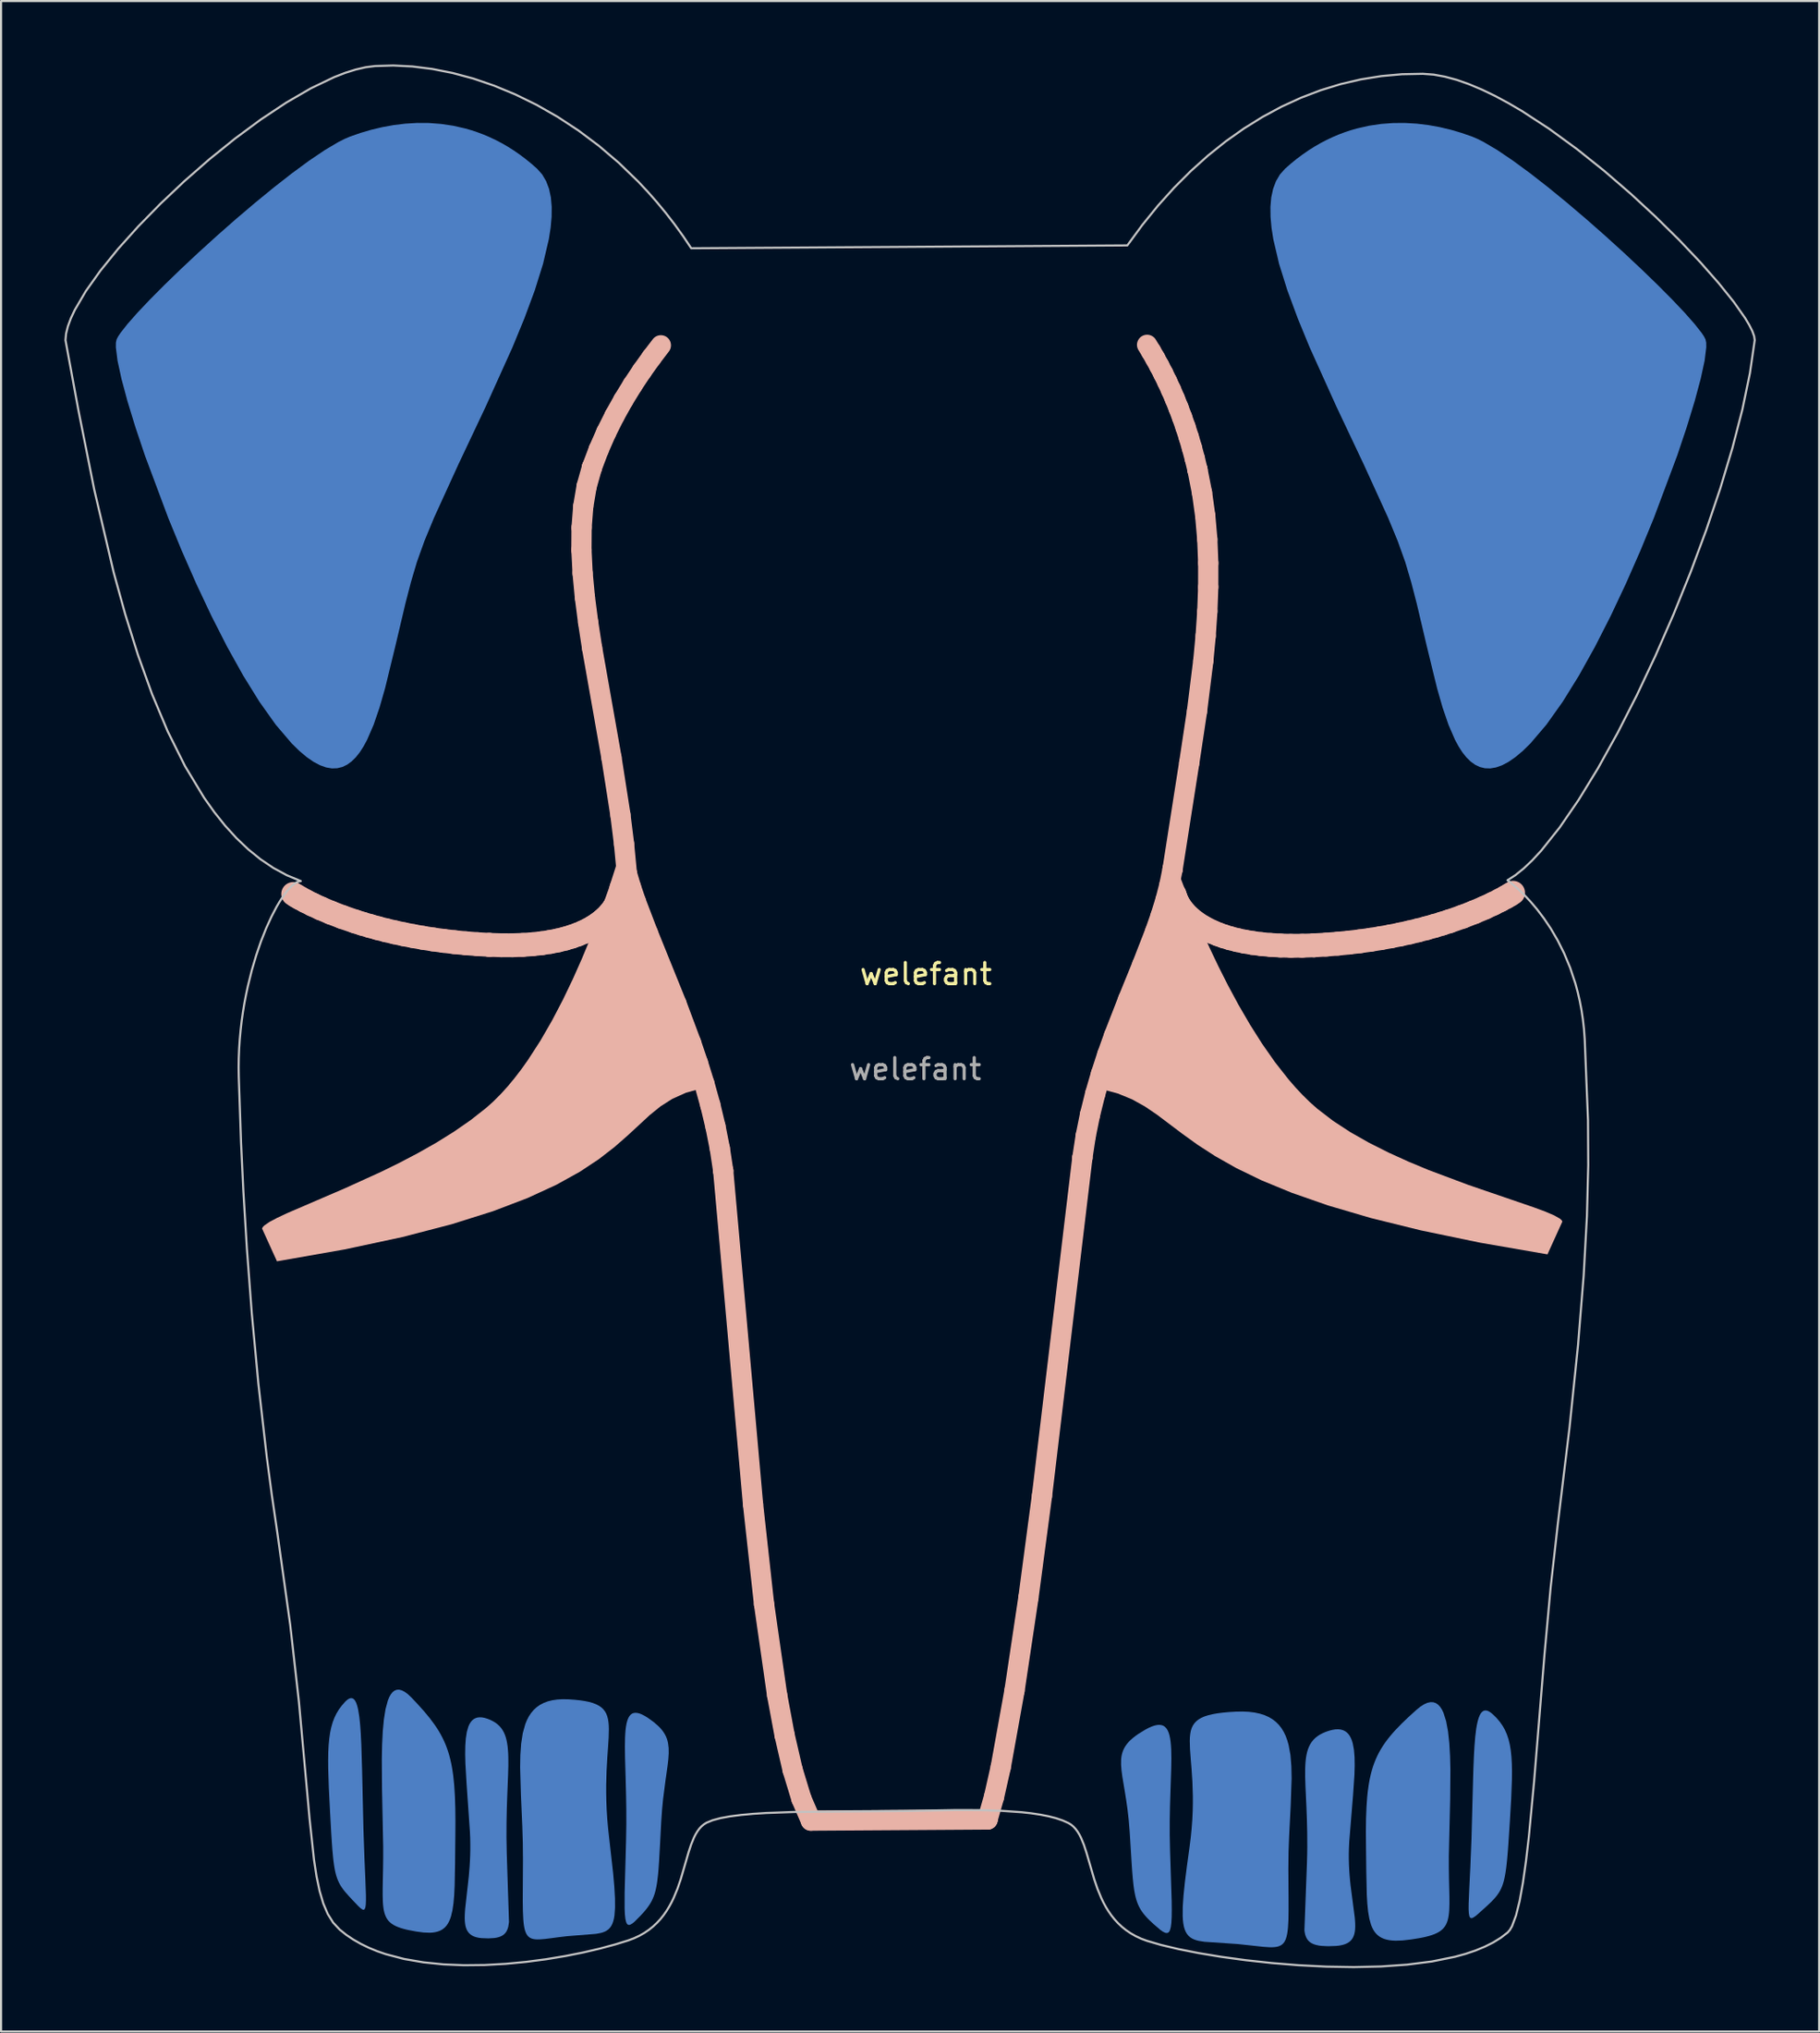
<source format=kicad_pcb>
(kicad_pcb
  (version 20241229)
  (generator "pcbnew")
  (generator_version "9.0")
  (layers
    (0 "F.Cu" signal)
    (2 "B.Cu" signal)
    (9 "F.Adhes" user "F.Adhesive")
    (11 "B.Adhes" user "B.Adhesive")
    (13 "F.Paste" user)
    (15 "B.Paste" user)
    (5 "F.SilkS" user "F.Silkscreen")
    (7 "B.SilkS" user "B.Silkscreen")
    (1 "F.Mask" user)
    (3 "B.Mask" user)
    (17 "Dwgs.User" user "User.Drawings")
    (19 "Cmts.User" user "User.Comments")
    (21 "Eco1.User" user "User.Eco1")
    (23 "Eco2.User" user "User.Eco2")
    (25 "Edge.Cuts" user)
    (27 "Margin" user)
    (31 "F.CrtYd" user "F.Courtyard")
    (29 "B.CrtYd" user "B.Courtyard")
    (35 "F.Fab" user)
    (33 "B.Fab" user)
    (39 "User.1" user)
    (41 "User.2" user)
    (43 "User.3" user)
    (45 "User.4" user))
  (footprint "welefant"
    (layer "F.Cu")
    (at 40.046 45.053)
    (property "Reference" "welefant" (at 0.75 -2 0) (unlocked yes) (layer "F.SilkS") (effects (font (size 1 1) (thickness 0.15))))
    (attr smd)
    (fp_line (start -29.212 -5.788) (end -29.066 -5.697) (stroke (width 1.129) (type solid)) (layer "B.SilkS"))
    (fp_line (start -29.066 -5.697) (end -28.884 -5.592) (stroke (width 1.129) (type solid)) (layer "B.SilkS"))
    (fp_line (start -28.884 -5.592) (end -28.629 -5.454) (stroke (width 1.129) (type solid)) (layer "B.SilkS"))
    (fp_line (start -28.629 -5.454) (end -28.302 -5.29) (stroke (width 1.129) (type solid)) (layer "B.SilkS"))
    (fp_line (start -28.302 -5.29) (end -27.901 -5.105) (stroke (width 1.129) (type solid)) (layer "B.SilkS"))
    (fp_line (start -27.901 -5.105) (end -27.429 -4.905) (stroke (width 1.129) (type solid)) (layer "B.SilkS"))
    (fp_line (start -27.429 -4.905) (end -26.884 -4.696) (stroke (width 1.129) (type solid)) (layer "B.SilkS"))
    (fp_line (start -26.884 -4.696) (end -26.266 -4.484) (stroke (width 1.129) (type solid)) (layer "B.SilkS"))
    (fp_line (start -26.266 -4.484) (end -25.93 -4.378) (stroke (width 1.129) (type solid)) (layer "B.SilkS"))
    (fp_line (start -25.93 -4.378) (end -25.576 -4.274) (stroke (width 1.129) (type solid)) (layer "B.SilkS"))
    (fp_line (start -25.576 -4.274) (end -25.204 -4.171) (stroke (width 1.129) (type solid)) (layer "B.SilkS"))
    (fp_line (start -25.204 -4.171) (end -24.814 -4.071) (stroke (width 1.129) (type solid)) (layer "B.SilkS"))
    (fp_line (start -24.814 -4.071) (end -24.406 -3.975) (stroke (width 1.129) (type solid)) (layer "B.SilkS"))
    (fp_line (start -24.406 -3.975) (end -23.98 -3.883) (stroke (width 1.129) (type solid)) (layer "B.SilkS"))
    (fp_line (start -23.98 -3.883) (end -23.535 -3.796) (stroke (width 1.129) (type solid)) (layer "B.SilkS"))
    (fp_line (start -23.535 -3.796) (end -23.073 -3.714) (stroke (width 1.129) (type solid)) (layer "B.SilkS"))
    (fp_line (start -23.073 -3.714) (end -22.593 -3.638) (stroke (width 1.129) (type solid)) (layer "B.SilkS"))
    (fp_line (start -22.593 -3.638) (end -22.095 -3.57) (stroke (width 1.129) (type solid)) (layer "B.SilkS"))
    (fp_line (start -22.095 -3.57) (end -21.579 -3.509) (stroke (width 1.129) (type solid)) (layer "B.SilkS"))
    (fp_line (start -21.579 -3.509) (end -21.044 -3.457) (stroke (width 1.129) (type solid)) (layer "B.SilkS"))
    (fp_line (start -21.044 -3.457) (end -20.492 -3.414) (stroke (width 1.129) (type solid)) (layer "B.SilkS"))
    (fp_line (start -20.492 -3.414) (end -19.922 -3.381) (stroke (width 1.129) (type solid)) (layer "B.SilkS"))
    (fp_line (start -19.922 -3.381) (end -19.922 -3.381) (stroke (width 1.129) (type solid)) (layer "B.SilkS"))
    (fp_line (start -19.922 -3.381) (end -19.361 -3.363) (stroke (width 1.129) (type solid)) (layer "B.SilkS"))
    (fp_line (start -19.361 -3.363) (end -18.834 -3.362) (stroke (width 1.129) (type solid)) (layer "B.SilkS"))
    (fp_line (start -18.834 -3.362) (end -18.341 -3.379) (stroke (width 1.129) (type solid)) (layer "B.SilkS"))
    (fp_line (start -18.341 -3.379) (end -17.88 -3.411) (stroke (width 1.129) (type solid)) (layer "B.SilkS"))
    (fp_line (start -17.88 -3.411) (end -17.45 -3.458) (stroke (width 1.129) (type solid)) (layer "B.SilkS"))
    (fp_line (start -17.45 -3.458) (end -17.051 -3.519) (stroke (width 1.129) (type solid)) (layer "B.SilkS"))
    (fp_line (start -17.051 -3.519) (end -16.681 -3.591) (stroke (width 1.129) (type solid)) (layer "B.SilkS"))
    (fp_line (start -16.681 -3.591) (end -16.339 -3.675) (stroke (width 1.129) (type solid)) (layer "B.SilkS"))
    (fp_line (start -16.339 -3.675) (end -16.024 -3.769) (stroke (width 1.129) (type solid)) (layer "B.SilkS"))
    (fp_line (start -16.024 -3.769) (end -15.734 -3.872) (stroke (width 1.129) (type solid)) (layer "B.SilkS"))
    (fp_line (start -15.734 -3.872) (end -15.47 -3.983) (stroke (width 1.129) (type solid)) (layer "B.SilkS"))
    (fp_line (start -15.563 -22.074) (end -15.556 -23.128) (stroke (width 0.959) (type solid)) (layer "B.SilkS"))
    (fp_line (start -15.556 -23.128) (end -15.478 -24.133) (stroke (width 0.959) (type solid)) (layer "B.SilkS"))
    (fp_line (start -15.508 -20.973) (end -15.563 -22.074) (stroke (width 0.959) (type solid)) (layer "B.SilkS"))
    (fp_line (start -15.478 -24.133) (end -15.317 -25.083) (stroke (width 0.959) (type solid)) (layer "B.SilkS"))
    (fp_line (start -15.47 -3.983) (end -15.228 -4.1) (stroke (width 1.129) (type solid)) (layer "B.SilkS"))
    (fp_line (start -15.399 -19.828) (end -15.508 -20.973) (stroke (width 0.959) (type solid)) (layer "B.SilkS"))
    (fp_line (start -15.317 -25.083) (end -15.066 -25.977) (stroke (width 0.959) (type solid)) (layer "B.SilkS"))
    (fp_line (start -15.245 -18.644) (end -15.399 -19.828) (stroke (width 0.959) (type solid)) (layer "B.SilkS"))
    (fp_line (start -15.228 -4.1) (end -15.01 -4.223) (stroke (width 1.129) (type solid)) (layer "B.SilkS"))
    (fp_line (start -15.066 -25.977) (end -15.066 -25.977) (stroke (width 0.959) (type solid)) (layer "B.SilkS"))
    (fp_line (start -15.066 -25.977) (end -14.745 -26.825) (stroke (width 0.959) (type solid)) (layer "B.SilkS"))
    (fp_line (start -15.057 -17.423) (end -15.245 -18.644) (stroke (width 0.959) (type solid)) (layer "B.SilkS"))
    (fp_line (start -15.01 -4.223) (end -14.813 -4.35) (stroke (width 1.129) (type solid)) (layer "B.SilkS"))
    (fp_line (start -14.813 -4.35) (end -14.636 -4.48) (stroke (width 1.129) (type solid)) (layer "B.SilkS"))
    (fp_line (start -14.745 -26.825) (end -14.386 -27.642) (stroke (width 0.959) (type solid)) (layer "B.SilkS"))
    (fp_line (start -14.636 -4.48) (end -14.478 -4.612) (stroke (width 1.129) (type solid)) (layer "B.SilkS"))
    (fp_line (start -14.478 -4.612) (end -14.216 -4.878) (stroke (width 1.129) (type solid)) (layer "B.SilkS"))
    (fp_line (start -14.386 -27.642) (end -13.994 -28.424) (stroke (width 0.959) (type solid)) (layer "B.SilkS"))
    (fp_line (start -14.216 -4.878) (end -14.018 -5.138) (stroke (width 1.129) (type solid)) (layer "B.SilkS"))
    (fp_line (start -14.142 -12.246) (end -15.057 -17.423) (stroke (width 0.959) (type solid)) (layer "B.SilkS"))
    (fp_line (start -14.018 -5.138) (end -13.874 -5.383) (stroke (width 1.129) (type solid)) (layer "B.SilkS"))
    (fp_line (start -13.994 -28.424) (end -13.577 -29.17) (stroke (width 0.959) (type solid)) (layer "B.SilkS"))
    (fp_line (start -13.874 -5.383) (end -13.776 -5.604) (stroke (width 1.129) (type solid)) (layer "B.SilkS"))
    (fp_line (start -13.776 -5.604) (end -13.715 -5.792) (stroke (width 1.129) (type solid)) (layer "B.SilkS"))
    (fp_line (start -13.717 -9.529) (end -14.142 -12.246) (stroke (width 0.959) (type solid)) (layer "B.SilkS"))
    (fp_line (start -13.715 -5.792) (end -13.683 -5.938) (stroke (width 1.129) (type solid)) (layer "B.SilkS"))
    (fp_line (start -13.683 -5.938) (end -13.668 -6.066) (stroke (width 1.129) (type solid)) (layer "B.SilkS"))
    (fp_line (start -13.577 -29.17) (end -13.142 -29.879) (stroke (width 0.959) (type solid)) (layer "B.SilkS"))
    (fp_line (start -13.545 -8.151) (end -13.717 -9.529) (stroke (width 0.959) (type solid)) (layer "B.SilkS"))
    (fp_line (start -13.412 -6.764) (end -13.545 -8.151) (stroke (width 0.959) (type solid)) (layer "B.SilkS"))
    (fp_line (start -13.412 -6.764) (end -13.412 -6.764) (stroke (width 0.959) (type solid)) (layer "B.SilkS"))
    (fp_line (start -13.219 -6.113) (end -13.412 -6.764) (stroke (width 0.959) (type solid)) (layer "B.SilkS"))
    (fp_line (start -13.142 -29.879) (end -12.697 -30.548) (stroke (width 0.959) (type solid)) (layer "B.SilkS"))
    (fp_line (start -12.985 -5.424) (end -13.219 -6.113) (stroke (width 0.959) (type solid)) (layer "B.SilkS"))
    (fp_line (start -12.697 -30.548) (end -12.248 -31.175) (stroke (width 0.959) (type solid)) (layer "B.SilkS"))
    (fp_line (start -12.417 -3.939) (end -12.985 -5.424) (stroke (width 0.959) (type solid)) (layer "B.SilkS"))
    (fp_line (start -12.248 -31.175) (end -11.802 -31.759) (stroke (width 0.959) (type solid)) (layer "B.SilkS"))
    (fp_line (start -11.061 -0.584) (end -12.417 -3.939) (stroke (width 0.959) (type solid)) (layer "B.SilkS"))
    (fp_line (start -10.371 1.26) (end -11.061 -0.584) (stroke (width 0.959) (type solid)) (layer "B.SilkS"))
    (fp_line (start -10.045 2.219) (end -10.371 1.26) (stroke (width 0.959) (type solid)) (layer "B.SilkS"))
    (fp_line (start -9.739 3.199) (end -10.045 2.219) (stroke (width 0.959) (type solid)) (layer "B.SilkS"))
    (fp_line (start -9.461 4.2) (end -9.739 3.199) (stroke (width 0.959) (type solid)) (layer "B.SilkS"))
    (fp_line (start -9.216 5.22) (end -9.461 4.2) (stroke (width 0.959) (type solid)) (layer "B.SilkS"))
    (fp_line (start -9.01 6.258) (end -9.216 5.22) (stroke (width 0.959) (type solid)) (layer "B.SilkS"))
    (fp_line (start -8.85 7.311) (end -9.01 6.258) (stroke (width 0.959) (type solid)) (layer "B.SilkS"))
    (fp_line (start -8.85 7.311) (end -8.85 7.311) (stroke (width 0.959) (type solid)) (layer "B.SilkS"))
    (fp_line (start -7.437 23.098) (end -8.85 7.311) (stroke (width 0.959) (type solid)) (layer "B.SilkS"))
    (fp_line (start -6.916 27.821) (end -7.437 23.098) (stroke (width 0.959) (type solid)) (layer "B.SilkS"))
    (fp_line (start -6.296 32.132) (end -6.916 27.821) (stroke (width 0.959) (type solid)) (layer "B.SilkS"))
    (fp_line (start -5.945 34.019) (end -6.296 32.132) (stroke (width 0.959) (type solid)) (layer "B.SilkS"))
    (fp_line (start -5.563 35.669) (end -5.945 34.019) (stroke (width 0.959) (type solid)) (layer "B.SilkS"))
    (fp_line (start -5.148 37.034) (end -5.563 35.669) (stroke (width 0.959) (type solid)) (layer "B.SilkS"))
    (fp_line (start -4.7 38.07) (end -5.148 37.034) (stroke (width 0.959) (type solid)) (layer "B.SilkS"))
    (fp_line (start 3.668 38.016) (end -4.7 38.07) (stroke (width 0.959) (type solid)) (layer "B.SilkS"))
    (fp_line (start 3.668 38.016) (end 3.668 38.016) (stroke (width 0.959) (type solid)) (layer "B.SilkS"))
    (fp_line (start 3.975 36.943) (end 3.668 38.016) (stroke (width 0.959) (type solid)) (layer "B.SilkS"))
    (fp_line (start 4.292 35.538) (end 3.975 36.943) (stroke (width 0.959) (type solid)) (layer "B.SilkS"))
    (fp_line (start 4.945 31.913) (end 4.292 35.538) (stroke (width 0.959) (type solid)) (layer "B.SilkS"))
    (fp_line (start 5.604 27.511) (end 4.945 31.913) (stroke (width 0.959) (type solid)) (layer "B.SilkS"))
    (fp_line (start 6.244 22.699) (end 5.604 27.511) (stroke (width 0.959) (type solid)) (layer "B.SilkS"))
    (fp_line (start 8.156 6.704) (end 6.244 22.699) (stroke (width 0.959) (type solid)) (layer "B.SilkS"))
    (fp_line (start 8.156 6.704) (end 8.156 6.704) (stroke (width 0.959) (type solid)) (layer "B.SilkS"))
    (fp_line (start 8.316 5.661) (end 8.156 6.704) (stroke (width 0.959) (type solid)) (layer "B.SilkS"))
    (fp_line (start 8.521 4.652) (end 8.316 5.661) (stroke (width 0.959) (type solid)) (layer "B.SilkS"))
    (fp_line (start 8.764 3.675) (end 8.521 4.652) (stroke (width 0.959) (type solid)) (layer "B.SilkS"))
    (fp_line (start 9.039 2.727) (end 8.764 3.675) (stroke (width 0.959) (type solid)) (layer "B.SilkS"))
    (fp_line (start 9.339 1.808) (end 9.039 2.727) (stroke (width 0.959) (type solid)) (layer "B.SilkS"))
    (fp_line (start 9.658 0.916) (end 9.339 1.808) (stroke (width 0.959) (type solid)) (layer "B.SilkS"))
    (fp_line (start 10.325 -0.798) (end 9.658 0.916) (stroke (width 0.959) (type solid)) (layer "B.SilkS"))
    (fp_line (start 10.988 -2.428) (end 10.325 -0.798) (stroke (width 0.959) (type solid)) (layer "B.SilkS"))
    (fp_line (start 11.223 -31.781) (end 11.415 -31.466) (stroke (width 0.959) (type solid)) (layer "B.SilkS"))
    (fp_line (start 11.415 -31.466) (end 11.607 -31.134) (stroke (width 0.959) (type solid)) (layer "B.SilkS"))
    (fp_line (start 11.595 -3.989) (end 10.988 -2.428) (stroke (width 0.959) (type solid)) (layer "B.SilkS"))
    (fp_line (start 11.607 -31.134) (end 11.798 -30.785) (stroke (width 0.959) (type solid)) (layer "B.SilkS"))
    (fp_line (start 11.798 -30.785) (end 11.988 -30.42) (stroke (width 0.959) (type solid)) (layer "B.SilkS"))
    (fp_line (start 11.861 -4.749) (end 11.595 -3.989) (stroke (width 0.959) (type solid)) (layer "B.SilkS"))
    (fp_line (start 11.988 -30.42) (end 12.174 -30.039) (stroke (width 0.959) (type solid)) (layer "B.SilkS"))
    (fp_line (start 12.093 -5.497) (end 11.861 -4.749) (stroke (width 0.959) (type solid)) (layer "B.SilkS"))
    (fp_line (start 12.174 -30.039) (end 12.358 -29.642) (stroke (width 0.959) (type solid)) (layer "B.SilkS"))
    (fp_line (start 12.284 -6.235) (end 12.093 -5.497) (stroke (width 0.959) (type solid)) (layer "B.SilkS"))
    (fp_line (start 12.358 -29.642) (end 12.537 -29.227) (stroke (width 0.959) (type solid)) (layer "B.SilkS"))
    (fp_line (start 12.429 -6.966) (end 12.284 -6.235) (stroke (width 0.959) (type solid)) (layer "B.SilkS"))
    (fp_line (start 12.429 -6.966) (end 12.429 -6.966) (stroke (width 0.959) (type solid)) (layer "B.SilkS"))
    (fp_line (start 12.537 -29.227) (end 12.711 -28.797) (stroke (width 0.959) (type solid)) (layer "B.SilkS"))
    (fp_line (start 12.556 -5.645) (end 12.525 -5.76) (stroke (width 1.129) (type solid)) (layer "B.SilkS"))
    (fp_line (start 12.605 -5.513) (end 12.556 -5.645) (stroke (width 1.129) (type solid)) (layer "B.SilkS"))
    (fp_line (start 12.688 -5.343) (end 12.605 -5.513) (stroke (width 1.129) (type solid)) (layer "B.SilkS"))
    (fp_line (start 12.711 -28.797) (end 12.88 -28.349) (stroke (width 0.959) (type solid)) (layer "B.SilkS"))
    (fp_line (start 12.812 -5.143) (end 12.688 -5.343) (stroke (width 1.129) (type solid)) (layer "B.SilkS"))
    (fp_line (start 12.88 -28.349) (end 13.042 -27.886) (stroke (width 0.959) (type solid)) (layer "B.SilkS"))
    (fp_line (start 12.985 -4.922) (end 12.812 -5.143) (stroke (width 1.129) (type solid)) (layer "B.SilkS"))
    (fp_line (start 13.042 -27.886) (end 13.197 -27.406) (stroke (width 0.959) (type solid)) (layer "B.SilkS"))
    (fp_line (start 13.197 -27.406) (end 13.343 -26.909) (stroke (width 0.959) (type solid)) (layer "B.SilkS"))
    (fp_line (start 13.215 -4.687) (end 12.985 -4.922) (stroke (width 1.129) (type solid)) (layer "B.SilkS"))
    (fp_line (start 13.217 -11.994) (end 12.429 -6.966) (stroke (width 0.959) (type solid)) (layer "B.SilkS"))
    (fp_line (start 13.343 -26.909) (end 13.481 -26.395) (stroke (width 0.959) (type solid)) (layer "B.SilkS"))
    (fp_line (start 13.481 -26.395) (end 13.609 -25.866) (stroke (width 0.959) (type solid)) (layer "B.SilkS"))
    (fp_line (start 13.509 -4.448) (end 13.215 -4.687) (stroke (width 1.129) (type solid)) (layer "B.SilkS"))
    (fp_line (start 13.585 -14.435) (end 13.217 -11.994) (stroke (width 0.959) (type solid)) (layer "B.SilkS"))
    (fp_line (start 13.609 -25.866) (end 13.609 -25.866) (stroke (width 0.959) (type solid)) (layer "B.SilkS"))
    (fp_line (start 13.609 -25.866) (end 13.823 -24.782) (stroke (width 0.959) (type solid)) (layer "B.SilkS"))
    (fp_line (start 13.823 -24.782) (end 13.976 -23.686) (stroke (width 0.959) (type solid)) (layer "B.SilkS"))
    (fp_line (start 13.876 -4.212) (end 13.509 -4.448) (stroke (width 1.129) (type solid)) (layer "B.SilkS"))
    (fp_line (start 13.884 -16.825) (end 13.585 -14.435) (stroke (width 0.959) (type solid)) (layer "B.SilkS"))
    (fp_line (start 13.976 -23.686) (end 14.073 -22.575) (stroke (width 0.959) (type solid)) (layer "B.SilkS"))
    (fp_line (start 13.995 -18.001) (end 13.884 -16.825) (stroke (width 0.959) (type solid)) (layer "B.SilkS"))
    (fp_line (start 14.073 -22.575) (end 14.118 -21.452) (stroke (width 0.959) (type solid)) (layer "B.SilkS"))
    (fp_line (start 14.074 -19.165) (end 13.995 -18.001) (stroke (width 0.959) (type solid)) (layer "B.SilkS"))
    (fp_line (start 14.117 -20.315) (end 14.074 -19.165) (stroke (width 0.959) (type solid)) (layer "B.SilkS"))
    (fp_line (start 14.118 -21.452) (end 14.117 -20.315) (stroke (width 0.959) (type solid)) (layer "B.SilkS"))
    (fp_line (start 14.323 -3.988) (end 13.876 -4.212) (stroke (width 1.129) (type solid)) (layer "B.SilkS"))
    (fp_line (start 14.579 -3.883) (end 14.323 -3.988) (stroke (width 1.129) (type solid)) (layer "B.SilkS"))
    (fp_line (start 14.858 -3.784) (end 14.579 -3.883) (stroke (width 1.129) (type solid)) (layer "B.SilkS"))
    (fp_line (start 15.16 -3.692) (end 14.858 -3.784) (stroke (width 1.129) (type solid)) (layer "B.SilkS"))
    (fp_line (start 15.488 -3.609) (end 15.16 -3.692) (stroke (width 1.129) (type solid)) (layer "B.SilkS"))
    (fp_line (start 15.842 -3.534) (end 15.488 -3.609) (stroke (width 1.129) (type solid)) (layer "B.SilkS"))
    (fp_line (start 16.223 -3.47) (end 15.842 -3.534) (stroke (width 1.129) (type solid)) (layer "B.SilkS"))
    (fp_line (start 16.631 -3.417) (end 16.223 -3.47) (stroke (width 1.129) (type solid)) (layer "B.SilkS"))
    (fp_line (start 17.068 -3.377) (end 16.631 -3.417) (stroke (width 1.129) (type solid)) (layer "B.SilkS"))
    (fp_line (start 17.536 -3.35) (end 17.068 -3.377) (stroke (width 1.129) (type solid)) (layer "B.SilkS"))
    (fp_line (start 18.033 -3.337) (end 17.536 -3.35) (stroke (width 1.129) (type solid)) (layer "B.SilkS"))
    (fp_line (start 18.563 -3.34) (end 18.033 -3.337) (stroke (width 1.129) (type solid)) (layer "B.SilkS"))
    (fp_line (start 19.126 -3.359) (end 18.563 -3.34) (stroke (width 1.129) (type solid)) (layer "B.SilkS"))
    (fp_line (start 19.126 -3.359) (end 19.126 -3.359) (stroke (width 1.129) (type solid)) (layer "B.SilkS"))
    (fp_line (start 19.696 -3.392) (end 19.126 -3.359) (stroke (width 1.129) (type solid)) (layer "B.SilkS"))
    (fp_line (start 20.249 -3.436) (end 19.696 -3.392) (stroke (width 1.129) (type solid)) (layer "B.SilkS"))
    (fp_line (start 20.785 -3.489) (end 20.249 -3.436) (stroke (width 1.129) (type solid)) (layer "B.SilkS"))
    (fp_line (start 21.304 -3.551) (end 20.785 -3.489) (stroke (width 1.129) (type solid)) (layer "B.SilkS"))
    (fp_line (start 21.805 -3.621) (end 21.304 -3.551) (stroke (width 1.129) (type solid)) (layer "B.SilkS"))
    (fp_line (start 22.289 -3.699) (end 21.805 -3.621) (stroke (width 1.129) (type solid)) (layer "B.SilkS"))
    (fp_line (start 22.756 -3.783) (end 22.289 -3.699) (stroke (width 1.129) (type solid)) (layer "B.SilkS"))
    (fp_line (start 23.205 -3.873) (end 22.756 -3.783) (stroke (width 1.129) (type solid)) (layer "B.SilkS"))
    (fp_line (start 23.636 -3.968) (end 23.205 -3.873) (stroke (width 1.129) (type solid)) (layer "B.SilkS"))
    (fp_line (start 24.049 -4.067) (end 23.636 -3.968) (stroke (width 1.129) (type solid)) (layer "B.SilkS"))
    (fp_line (start 24.445 -4.17) (end 24.049 -4.067) (stroke (width 1.129) (type solid)) (layer "B.SilkS"))
    (fp_line (start 24.823 -4.276) (end 24.445 -4.17) (stroke (width 1.129) (type solid)) (layer "B.SilkS"))
    (fp_line (start 25.183 -4.384) (end 24.823 -4.276) (stroke (width 1.129) (type solid)) (layer "B.SilkS"))
    (fp_line (start 25.525 -4.493) (end 25.183 -4.384) (stroke (width 1.129) (type solid)) (layer "B.SilkS"))
    (fp_line (start 26.156 -4.713) (end 25.525 -4.493) (stroke (width 1.129) (type solid)) (layer "B.SilkS"))
    (fp_line (start 26.713 -4.93) (end 26.156 -4.713) (stroke (width 1.129) (type solid)) (layer "B.SilkS"))
    (fp_line (start 27.199 -5.137) (end 26.713 -4.93) (stroke (width 1.129) (type solid)) (layer "B.SilkS"))
    (fp_line (start 27.61 -5.328) (end 27.199 -5.137) (stroke (width 1.129) (type solid)) (layer "B.SilkS"))
    (fp_line (start 27.948 -5.498) (end 27.61 -5.328) (stroke (width 1.129) (type solid)) (layer "B.SilkS"))
    (fp_line (start 28.212 -5.641) (end 27.948 -5.498) (stroke (width 1.129) (type solid)) (layer "B.SilkS"))
    (fp_line (start 28.401 -5.75) (end 28.212 -5.641) (stroke (width 1.129) (type solid)) (layer "B.SilkS"))
    (fp_line (start 28.553 -5.845) (end 28.401 -5.75) (stroke (width 1.129) (type solid)) (layer "B.SilkS"))
    (fp_poly (pts (xy 13.229 -5.443) (xy 13.814 -4.055) (xy 14.182 -3.24) (xy 14.597 -2.369) (xy 15.055 -1.462) (xy 15.555 -0.535) (xy 16.094 0.391) (xy 16.669 1.299) (xy 17.278 2.17) (xy 17.918 2.985) (xy 18.248 3.365) (xy 18.585 3.725) (xy 18.929 4.062) (xy 19.279 4.373) (xy 20.028 4.948) (xy 20.851 5.486) (xy 21.734 5.986) (xy 22.657 6.451) (xy 23.606 6.882) (xy 24.563 7.28) (xy 26.434 7.981) (xy 29.535 9.043) (xy 30.079 9.244) (xy 30.497 9.423) (xy 30.772 9.579) (xy 30.85 9.65) (xy 30.887 9.715) (xy 30.181 11.269) (xy 26.974 10.712) (xy 24.198 10.136) (xy 21.815 9.548) (xy 19.787 8.952) (xy 18.074 8.355) (xy 16.639 7.764) (xy 15.442 7.183) (xy 14.445 6.619) (xy 13.61 6.079) (xy 12.898 5.567) (xy 11.688 4.655) (xy 11.114 4.266) (xy 10.508 3.93) (xy 9.832 3.653) (xy 9.048 3.441) (xy 9.246 2.507) (xy 9.479 1.575) (xy 9.741 0.654) (xy 10.025 -0.249) (xy 10.632 -1.965) (xy 11.248 -3.512) (xy 11.82 -4.826) (xy 12.293 -5.842) (xy 12.736 -6.732)) (stroke (width 0) (type solid)) (fill yes) (layer "B.SilkS"))
    (fp_poly (pts (xy -13.339 -6.428) (xy -12.817 -5.308) (xy -12.191 -3.875) (xy -11.52 -2.21) (xy -10.864 -0.389) (xy -10.561 0.554) (xy -10.284 1.507) (xy -10.041 2.46) (xy -9.84 3.402) (xy -10.613 3.618) (xy -11.257 3.906) (xy -11.814 4.26) (xy -12.325 4.673) (xy -13.376 5.644) (xy -13.999 6.189) (xy -14.741 6.764) (xy -15.645 7.362) (xy -16.753 7.976) (xy -18.104 8.598) (xy -19.742 9.223) (xy -21.707 9.842) (xy -24.041 10.449) (xy -26.785 11.036) (xy -29.981 11.597) (xy -30.687 10.044) (xy -30.653 9.977) (xy -30.583 9.904) (xy -30.339 9.735) (xy -29.97 9.539) (xy -29.49 9.314) (xy -26.73 8.126) (xy -25.041 7.357) (xy -24.168 6.928) (xy -23.295 6.469) (xy -22.434 5.981) (xy -21.601 5.462) (xy -20.809 4.913) (xy -20.071 4.333) (xy -19.722 4.02) (xy -19.381 3.678) (xy -19.048 3.31) (xy -18.723 2.917) (xy -18.406 2.503) (xy -18.098 2.07) (xy -17.508 1.158) (xy -16.956 0.202) (xy -16.443 -0.779) (xy -15.97 -1.764) (xy -15.539 -2.733) (xy -15.152 -3.664) (xy -14.812 -4.537) (xy -14.275 -6.029) (xy -13.828 -7.419)) (stroke (width 0) (type solid)) (fill yes) (layer "B.SilkS"))
    (fp_poly (pts (xy -23.566 -44.957) (xy -22.629 -44.839) (xy -21.667 -44.649) (xy -20.686 -44.385) (xy -19.691 -44.046) (xy -18.69 -43.631) (xy -17.687 -43.14) (xy -16.69 -42.572) (xy -15.704 -41.925) (xy -14.735 -41.199) (xy -13.789 -40.393) (xy -12.874 -39.507) (xy -12.428 -39.033) (xy -11.993 -38.538) (xy -11.568 -38.023) (xy -11.154 -37.487) (xy -10.752 -36.93) (xy -10.363 -36.352) (xy 10.286 -36.487) (xy 10.996 -37.455) (xy 11.735 -38.366) (xy 12.502 -39.218) (xy 13.294 -40.01) (xy 14.111 -40.743) (xy 14.951 -41.415) (xy 15.812 -42.024) (xy 16.694 -42.572) (xy 17.593 -43.056) (xy 18.51 -43.476) (xy 19.442 -43.832) (xy 20.388 -44.122) (xy 21.346 -44.345) (xy 22.315 -44.502) (xy 23.293 -44.59) (xy 24.279 -44.61) (xy 24.789 -44.572) (xy 25.325 -44.474) (xy 25.887 -44.322) (xy 26.47 -44.117) (xy 27.072 -43.864) (xy 27.69 -43.567) (xy 28.322 -43.228) (xy 28.963 -42.853) (xy 30.266 -42.003) (xy 31.575 -41.048) (xy 32.868 -40.015) (xy 34.122 -38.933) (xy 35.314 -37.832) (xy 36.421 -36.741) (xy 37.421 -35.688) (xy 38.289 -34.701) (xy 39.004 -33.811) (xy 39.542 -33.046) (xy 39.737 -32.719) (xy 39.88 -32.434) (xy 39.967 -32.195) (xy 39.996 -32.006) (xy 39.768 -30.44) (xy 39.412 -28.727) (xy 38.939 -26.898) (xy 38.364 -24.984) (xy 37.699 -23.014) (xy 36.958 -21.02) (xy 36.154 -19.032) (xy 35.301 -17.08) (xy 34.412 -15.195) (xy 33.499 -13.408) (xy 32.578 -11.749) (xy 31.659 -10.248) (xy 30.758 -8.936) (xy 29.887 -7.843) (xy 29.467 -7.389) (xy 29.059 -7.001) (xy 28.666 -6.683) (xy 28.289 -6.439) (xy 28.434 -6.33) (xy 28.82 -5.998) (xy 29.08 -5.747) (xy 29.371 -5.437) (xy 29.685 -5.067) (xy 30.011 -4.637) (xy 30.341 -4.146) (xy 30.664 -3.593) (xy 30.972 -2.977) (xy 31.255 -2.297) (xy 31.503 -1.552) (xy 31.611 -1.154) (xy 31.707 -0.741) (xy 31.79 -0.31) (xy 31.857 0.137) (xy 31.91 0.601) (xy 31.945 1.082) (xy 32.1 4.913) (xy 32.111 7.046) (xy 32.05 9.462) (xy 31.896 12.264) (xy 31.629 15.557) (xy 31.228 19.443) (xy 30.671 24.026) (xy 30.331 27.037) (xy 30.044 30.169) (xy 29.548 36.216) (xy 29.299 38.84) (xy 29.164 39.988) (xy 29.02 41.003) (xy 28.864 41.867) (xy 28.692 42.561) (xy 28.503 43.067) (xy 28.401 43.244) (xy 28.294 43.367) (xy 27.973 43.614) (xy 27.61 43.838) (xy 27.209 44.039) (xy 26.771 44.219) (xy 26.299 44.378) (xy 25.797 44.516) (xy 24.711 44.737) (xy 23.537 44.887) (xy 22.297 44.974) (xy 21.012 45.003) (xy 19.707 44.981) (xy 18.403 44.915) (xy 17.123 44.811) (xy 15.889 44.676) (xy 14.725 44.516) (xy 13.653 44.338) (xy 12.695 44.148) (xy 11.873 43.953) (xy 11.212 43.759) (xy 10.936 43.656) (xy 10.681 43.537) (xy 10.446 43.403) (xy 10.23 43.257) (xy 10.031 43.098) (xy 9.85 42.928) (xy 9.684 42.748) (xy 9.533 42.559) (xy 9.396 42.363) (xy 9.271 42.16) (xy 9.157 41.951) (xy 9.054 41.737) (xy 8.874 41.301) (xy 8.723 40.86) (xy 8.471 39.996) (xy 8.353 39.592) (xy 8.23 39.217) (xy 8.092 38.881) (xy 8.015 38.729) (xy 7.93 38.591) (xy 7.838 38.467) (xy 7.737 38.357) (xy 7.626 38.264) (xy 7.504 38.188) (xy 7.227 38.064) (xy 6.91 37.956) (xy 6.554 37.865) (xy 6.163 37.788) (xy 5.74 37.724) (xy 5.289 37.673) (xy 4.314 37.605) (xy 3.263 37.573) (xy 2.162 37.57) (xy -0.092 37.612) (xy -5.489 37.661) (xy -6.825 37.71) (xy -7.441 37.75) (xy -8.011 37.803) (xy -8.525 37.869) (xy -8.974 37.951) (xy -9.35 38.051) (xy -9.642 38.171) (xy -9.764 38.247) (xy -9.876 38.34) (xy -9.977 38.449) (xy -10.069 38.574) (xy -10.153 38.712) (xy -10.23 38.863) (xy -10.368 39.2) (xy -10.492 39.574) (xy -10.609 39.979) (xy -10.861 40.842) (xy -11.012 41.284) (xy -11.192 41.72) (xy -11.295 41.933) (xy -11.409 42.142) (xy -11.534 42.345) (xy -11.671 42.542) (xy -11.822 42.731) (xy -11.988 42.91) (xy -12.169 43.08) (xy -12.368 43.239) (xy -12.584 43.386) (xy -12.819 43.519) (xy -13.074 43.638) (xy -13.35 43.742) (xy -13.973 43.934) (xy -14.686 44.126) (xy -15.475 44.31) (xy -16.328 44.48) (xy -17.233 44.631) (xy -18.178 44.756) (xy -19.148 44.849) (xy -20.133 44.904) (xy -21.12 44.915) (xy -22.095 44.875) (xy -23.046 44.778) (xy -23.961 44.619) (xy -24.828 44.391) (xy -25.239 44.249) (xy -25.633 44.087) (xy -26.008 43.905) (xy -26.364 43.702) (xy -26.698 43.478) (xy -27.009 43.23) (xy -27.319 42.899) (xy -27.576 42.489) (xy -27.787 41.993) (xy -27.961 41.404) (xy -28.106 40.714) (xy -28.228 39.917) (xy -28.438 37.971) (xy -28.939 32.468) (xy -29.355 28.795) (xy -29.965 24.432) (xy -30.227 22.64) (xy -30.463 20.861) (xy -30.862 17.38) (xy -31.172 14.071) (xy -31.404 11.011) (xy -31.571 8.281) (xy -31.683 5.96) (xy -31.79 2.865) (xy -31.797 2.414) (xy -31.79 1.966) (xy -31.772 1.523) (xy -31.742 1.084) (xy -31.702 0.651) (xy -31.652 0.224) (xy -31.592 -0.197) (xy -31.524 -0.609) (xy -31.447 -1.014) (xy -31.363 -1.409) (xy -31.175 -2.17) (xy -30.964 -2.887) (xy -30.735 -3.554) (xy -30.493 -4.164) (xy -30.243 -4.714) (xy -29.991 -5.196) (xy -29.865 -5.41) (xy -29.74 -5.605) (xy -29.616 -5.781) (xy -29.495 -5.936) (xy -29.377 -6.07) (xy -29.263 -6.183) (xy -29.153 -6.273) (xy -29.047 -6.34) (xy -28.947 -6.383) (xy -28.853 -6.401) (xy -29.516 -6.677) (xy -30.152 -7.022) (xy -30.76 -7.432) (xy -31.343 -7.904) (xy -31.901 -8.435) (xy -32.434 -9.02) (xy -32.943 -9.657) (xy -33.429 -10.341) (xy -34.334 -11.839) (xy -35.155 -13.487) (xy -35.898 -15.256) (xy -36.568 -17.118) (xy -37.171 -19.045) (xy -37.713 -21.01) (xy -38.635 -24.938) (xy -39.381 -28.677) (xy -39.996 -32.005) (xy -39.967 -32.314) (xy -39.881 -32.657) (xy -39.742 -33.033) (xy -39.551 -33.438) (xy -39.031 -34.324) (xy -38.341 -35.292) (xy -37.507 -36.32) (xy -36.55 -37.385) (xy -35.495 -38.462) (xy -34.363 -39.531) (xy -33.178 -40.567) (xy -31.963 -41.547) (xy -30.742 -42.449) (xy -29.536 -43.249) (xy -28.37 -43.925) (xy -27.267 -44.454) (xy -26.746 -44.656) (xy -26.249 -44.812) (xy -25.779 -44.921) (xy -25.34 -44.977) (xy -25.34 -44.977) (xy -24.472 -45.003)) (stroke (width 0.1) (type solid)) (fill no) (layer "Dwgs.User"))
    (fp_text user "${REFERENCE}" (at 0.25 2.5 0) (unlocked yes) (layer "F.Fab") (effects (font (size 1 1) (thickness 0.15))))
    (pad "1" smd custom (at -22.5 -38) (size 2.286 2.286) (layers "B.Cu" "B.Mask" "B.Paste") (options (anchor circle)) (primitives (gr_poly (pts (xy -0.286 -4.281) (xy 0.284 -4.238) (xy 0.859 -4.153) (xy 1.435 -4.022) (xy 1.723 -3.939) (xy 2.011 -3.843) (xy 2.299 -3.735) (xy 2.586 -3.613) (xy 2.873 -3.478) (xy 3.158 -3.329) (xy 3.442 -3.165) (xy 3.724 -2.987) (xy 4.005 -2.794) (xy 4.283 -2.585) (xy 4.56 -2.36) (xy 4.834 -2.12) (xy 5.078 -1.847) (xy 5.266 -1.527) (xy 5.402 -1.164) (xy 5.489 -0.76) (xy 5.528 -0.317) (xy 5.524 0.162) (xy 5.478 0.674) (xy 5.393 1.217) (xy 5.12 2.383) (xy 4.727 3.64) (xy 4.236 4.965) (xy 3.67 6.339) (xy 2.403 9.144) (xy 1.107 11.885) (xy -0.039 14.393) (xy -0.499 15.505) (xy -0.854 16.496) (xy -1.136 17.449) (xy -1.396 18.449) (xy -1.88 20.501) (xy -2.363 22.478) (xy -2.623 23.383) (xy -2.904 24.204) (xy -3.214 24.917) (xy -3.381 25.227) (xy -3.559 25.503) (xy -3.747 25.74) (xy -3.947 25.937) (xy -4.159 26.091) (xy -4.385 26.2) (xy -4.625 26.259) (xy -4.88 26.268) (xy -5.152 26.222) (xy -5.44 26.119) (xy -5.746 25.957) (xy -6.071 25.733) (xy -6.416 25.444) (xy -6.781 25.087) (xy -7.54 24.197) (xy -8.309 23.116) (xy -9.078 21.876) (xy -9.84 20.51) (xy -10.584 19.05) (xy -11.302 17.527) (xy -11.985 15.974) (xy -12.624 14.424) (xy -13.733 11.458) (xy -14.186 10.108) (xy -14.56 8.888) (xy -14.844 7.831) (xy -15.03 6.969) (xy -15.11 6.335) (xy -15.107 6.113) (xy -15.074 5.96) (xy -15.074 5.96) (xy -15.004 5.826) (xy -14.893 5.658) (xy -14.557 5.23) (xy -14.084 4.694) (xy -13.493 4.071) (xy -12.803 3.377) (xy -12.032 2.631) (xy -11.2 1.852) (xy -10.324 1.057) (xy -9.425 0.266) (xy -8.519 -0.503) (xy -7.627 -1.233) (xy -6.767 -1.904) (xy -5.958 -2.499) (xy -5.218 -2.998) (xy -4.567 -3.384) (xy -4.28 -3.528) (xy -4.022 -3.638) (xy -3.529 -3.81) (xy -3.019 -3.96) (xy -2.494 -4.085) (xy -1.957 -4.183) (xy -1.409 -4.25) (xy -0.851 -4.284)) (width 0) (fill yes))))
    (pad "2" smd custom (at 28.25 -35.5) (size 2.286 2.286) (layers "B.Cu" "B.Mask" "B.Paste") (options (anchor circle)) (primitives (gr_poly (pts (xy -4.25 -6.75) (xy -3.702 -6.683) (xy -3.164 -6.585) (xy -2.64 -6.46) (xy -2.13 -6.309) (xy -1.636 -6.137) (xy -1.379 -6.028) (xy -1.092 -5.883) (xy -0.44 -5.498) (xy 0.299 -4.998) (xy 1.109 -4.404) (xy 1.969 -3.733) (xy 2.861 -3.003) (xy 3.766 -2.234) (xy 4.666 -1.442) (xy 5.541 -0.648) (xy 6.373 0.131) (xy 7.144 0.877) (xy 7.834 1.571) (xy 8.425 2.195) (xy 8.898 2.73) (xy 9.235 3.158) (xy 9.346 3.326) (xy 9.415 3.461) (xy 9.415 3.461) (xy 9.448 3.614) (xy 9.451 3.835) (xy 9.372 4.47) (xy 9.185 5.331) (xy 8.901 6.388) (xy 8.528 7.608) (xy 8.075 8.959) (xy 6.965 11.924) (xy 6.326 13.475) (xy 5.643 15.027) (xy 4.925 16.55) (xy 4.181 18.01) (xy 3.419 19.377) (xy 2.65 20.616) (xy 1.881 21.697) (xy 1.122 22.587) (xy 0.757 22.944) (xy 0.412 23.233) (xy 0.087 23.458) (xy -0.219 23.62) (xy -0.507 23.722) (xy -0.778 23.768) (xy -1.033 23.76) (xy -1.274 23.7) (xy -1.499 23.592) (xy -1.712 23.438) (xy -1.912 23.24) (xy -2.1 23.003) (xy -2.277 22.728) (xy -2.445 22.418) (xy -2.755 21.704) (xy -3.036 20.884) (xy -3.295 19.978) (xy -3.779 18.002) (xy -4.263 15.949) (xy -4.523 14.949) (xy -4.805 13.996) (xy -5.16 13.006) (xy -5.62 11.893) (xy -6.765 9.385) (xy -8.062 6.644) (xy -9.329 3.839) (xy -9.894 2.466) (xy -10.385 1.14) (xy -10.779 -0.117) (xy -11.052 -1.283) (xy -11.136 -1.825) (xy -11.182 -2.338) (xy -11.187 -2.816) (xy -11.148 -3.259) (xy -11.061 -3.664) (xy -10.925 -4.027) (xy -10.736 -4.347) (xy -10.492 -4.62) (xy -10.218 -4.86) (xy -9.942 -5.085) (xy -9.663 -5.293) (xy -9.383 -5.487) (xy -9.1 -5.665) (xy -8.817 -5.828) (xy -8.531 -5.978) (xy -8.245 -6.113) (xy -7.958 -6.235) (xy -7.67 -6.343) (xy -7.382 -6.439) (xy -7.094 -6.522) (xy -6.517 -6.653) (xy -5.943 -6.738) (xy -5.373 -6.78) (xy -4.808 -6.783)) (width 0) (fill yes))))
    (pad "3" smd custom (at -27 36) (size 1 1) (layers "B.Cu" "B.Mask" "B.Paste") (options (anchor circle)) (primitives (gr_poly (pts (xy 0.582 -3.722) (xy 0.635 -3.697) (xy 0.684 -3.653) (xy 0.728 -3.59) (xy 0.769 -3.509) (xy 0.805 -3.41) (xy 0.838 -3.294) (xy 0.868 -3.16) (xy 0.919 -2.844) (xy 0.959 -2.465) (xy 0.99 -2.026) (xy 1.014 -1.531) (xy 1.049 -0.384) (xy 1.113 2.446) (xy 1.161 3.828) (xy 1.205 4.866) (xy 1.231 5.594) (xy 1.232 5.853) (xy 1.224 6.047) (xy 1.204 6.182) (xy 1.17 6.261) (xy 1.148 6.281) (xy 1.122 6.289) (xy 1.091 6.286) (xy 1.056 6.271) (xy 0.971 6.21) (xy 0.866 6.112) (xy 0.587 5.819) (xy 0.433 5.653) (xy 0.298 5.501) (xy 0.236 5.429) (xy 0.179 5.357) (xy 0.126 5.287) (xy 0.077 5.215) (xy 0.031 5.144) (xy -0.011 5.07) (xy -0.05 4.994) (xy -0.086 4.915) (xy -0.12 4.833) (xy -0.15 4.746) (xy -0.179 4.654) (xy -0.205 4.556) (xy -0.229 4.452) (xy -0.251 4.34) (xy -0.271 4.22) (xy -0.29 4.092) (xy -0.308 3.954) (xy -0.324 3.806) (xy -0.355 3.478) (xy -0.383 3.1) (xy -0.411 2.668) (xy -0.47 1.617) (xy -0.525 0.525) (xy -0.554 -0.394) (xy -0.557 -0.796) (xy -0.551 -1.164) (xy -0.534 -1.499) (xy -0.506 -1.805) (xy -0.466 -2.086) (xy -0.412 -2.342) (xy -0.345 -2.578) (xy -0.262 -2.797) (xy -0.163 -3) (xy -0.047 -3.192) (xy 0.088 -3.374) (xy 0.241 -3.549) (xy 0.32 -3.625) (xy 0.393 -3.68) (xy 0.461 -3.714) (xy 0.524 -3.728)) (width 0) (fill yes))))
    (pad "4" smd custom (at -23.5 36.25) (size 1 1) (layers "B.Cu" "B.Mask" "B.Paste") (options (anchor circle)) (primitives (gr_poly (pts (xy -0.567 -4.345) (xy -0.429 -4.274) (xy -0.278 -4.162) (xy -0.115 -4.007) (xy 0.207 -3.665) (xy 0.496 -3.342) (xy 0.754 -3.03) (xy 0.981 -2.725) (xy 1.084 -2.573) (xy 1.18 -2.421) (xy 1.269 -2.267) (xy 1.352 -2.111) (xy 1.428 -1.953) (xy 1.499 -1.791) (xy 1.563 -1.624) (xy 1.622 -1.453) (xy 1.676 -1.277) (xy 1.724 -1.094) (xy 1.767 -0.904) (xy 1.805 -0.706) (xy 1.839 -0.5) (xy 1.869 -0.284) (xy 1.915 0.178) (xy 1.946 0.685) (xy 1.964 1.244) (xy 1.97 1.86) (xy 1.966 2.539) (xy 1.953 3.838) (xy 1.933 4.897) (xy 1.912 5.341) (xy 1.878 5.73) (xy 1.828 6.068) (xy 1.76 6.355) (xy 1.717 6.48) (xy 1.668 6.593) (xy 1.613 6.695) (xy 1.551 6.785) (xy 1.482 6.864) (xy 1.404 6.932) (xy 1.319 6.99) (xy 1.225 7.037) (xy 1.122 7.074) (xy 1.009 7.101) (xy 0.886 7.119) (xy 0.753 7.127) (xy 0.454 7.115) (xy 0.109 7.069) (xy -0.233 7.004) (xy -0.385 6.97) (xy -0.524 6.933) (xy -0.65 6.894) (xy -0.766 6.851) (xy -0.87 6.805) (xy -0.964 6.755) (xy -1.048 6.701) (xy -1.122 6.641) (xy -1.188 6.576) (xy -1.246 6.504) (xy -1.295 6.426) (xy -1.337 6.341) (xy -1.373 6.249) (xy -1.402 6.149) (xy -1.426 6.04) (xy -1.444 5.921) (xy -1.458 5.794) (xy -1.467 5.656) (xy -1.476 5.349) (xy -1.475 4.996) (xy -1.458 4.137) (xy -1.451 3.622) (xy -1.451 3.046) (xy -1.507 0.31) (xy -1.516 -1.108) (xy -1.502 -1.778) (xy -1.471 -2.403) (xy -1.418 -2.968) (xy -1.34 -3.458) (xy -1.232 -3.859) (xy -1.166 -4.021) (xy -1.091 -4.155) (xy -1.007 -4.26) (xy -0.913 -4.333) (xy -0.808 -4.373) (xy -0.693 -4.378)) (width 0) (fill yes))))
    (pad "5" smd custom (at -20.008 35.75) (size 1 1) (layers "B.Cu" "B.Mask" "B.Paste") (options (anchor circle)) (primitives (gr_poly (pts (xy -0.263 -2.565) (xy -0.137 -2.541) (xy 0 -2.499) (xy 0.137 -2.444) (xy 0.261 -2.382) (xy 0.373 -2.314) (xy 0.473 -2.238) (xy 0.562 -2.155) (xy 0.641 -2.064) (xy 0.71 -1.965) (xy 0.77 -1.858) (xy 0.821 -1.743) (xy 0.864 -1.619) (xy 0.899 -1.485) (xy 0.927 -1.343) (xy 0.949 -1.191) (xy 0.965 -1.029) (xy 0.976 -0.857) (xy 0.982 -0.674) (xy 0.983 -0.278) (xy 0.971 0.164) (xy 0.931 1.189) (xy 0.911 1.777) (xy 0.898 2.419) (xy 0.895 3.115) (xy 0.909 3.869) (xy 1.014 7.122) (xy 0.981 7.336) (xy 0.955 7.428) (xy 0.921 7.512) (xy 0.88 7.587) (xy 0.829 7.653) (xy 0.77 7.71) (xy 0.7 7.76) (xy 0.62 7.801) (xy 0.529 7.834) (xy 0.426 7.86) (xy 0.311 7.878) (xy 0.041 7.894) (xy -0.287 7.882) (xy -0.42 7.865) (xy -0.54 7.838) (xy -0.645 7.803) (xy -0.736 7.758) (xy -0.816 7.703) (xy -0.883 7.64) (xy -0.939 7.567) (xy -0.985 7.485) (xy -1.021 7.394) (xy -1.048 7.294) (xy -1.066 7.185) (xy -1.078 7.067) (xy -1.082 6.939) (xy -1.08 6.803) (xy -1.073 6.658) (xy -1.062 6.504) (xy -0.888 4.954) (xy -0.849 4.479) (xy -0.834 4.229) (xy -0.823 3.971) (xy -0.817 3.704) (xy -0.817 3.428) (xy -0.822 3.144) (xy -0.835 2.852) (xy -0.835 2.852) (xy -0.992 0.604) (xy -1.05 -0.377) (xy -1.061 -0.817) (xy -1.055 -1.217) (xy -1.03 -1.574) (xy -0.981 -1.883) (xy -0.906 -2.14) (xy -0.857 -2.248) (xy -0.799 -2.341) (xy -0.734 -2.419) (xy -0.659 -2.482) (xy -0.575 -2.528) (xy -0.482 -2.558) (xy -0.378 -2.57)) (width 0) (fill yes))))
    (pad "6" smd custom (at -16.25 35) (size 1 1) (layers "B.Cu" "B.Mask" "B.Paste") (options (anchor circle)) (primitives (gr_poly (pts (xy 0.09 -2.67) (xy 0.37 -2.65) (xy 0.622 -2.623) (xy 0.847 -2.589) (xy 1.047 -2.548) (xy 1.223 -2.498) (xy 1.377 -2.439) (xy 1.51 -2.371) (xy 1.624 -2.293) (xy 1.718 -2.205) (xy 1.796 -2.106) (xy 1.859 -1.996) (xy 1.907 -1.874) (xy 1.942 -1.739) (xy 1.966 -1.591) (xy 1.98 -1.43) (xy 1.985 -1.254) (xy 1.975 -0.86) (xy 1.946 -0.402) (xy 1.91 0.121) (xy 1.877 0.716) (xy 1.858 1.386) (xy 1.858 1.75) (xy 1.865 2.135) (xy 1.881 2.54) (xy 1.908 2.967) (xy 1.946 3.415) (xy 1.998 3.887) (xy 2.187 5.554) (xy 2.245 6.206) (xy 2.276 6.75) (xy 2.278 7.196) (xy 2.252 7.554) (xy 2.227 7.704) (xy 2.193 7.835) (xy 2.152 7.95) (xy 2.102 8.049) (xy 2.044 8.133) (xy 1.977 8.205) (xy 1.901 8.264) (xy 1.816 8.314) (xy 1.721 8.353) (xy 1.617 8.385) (xy 1.379 8.43) (xy 0.007 8.54) (xy -0.397 8.588) (xy -0.745 8.635) (xy -1.043 8.672) (xy -1.294 8.692) (xy -1.403 8.693) (xy -1.502 8.688) (xy -1.591 8.674) (xy -1.67 8.652) (xy -1.741 8.619) (xy -1.804 8.576) (xy -1.859 8.522) (xy -1.907 8.455) (xy -1.947 8.374) (xy -1.982 8.279) (xy -2.011 8.168) (xy -2.034 8.042) (xy -2.053 7.898) (xy -2.067 7.736) (xy -2.084 7.354) (xy -2.091 6.888) (xy -2.089 6.331) (xy -2.081 4.915) (xy -2.089 4.111) (xy -2.113 3.332) (xy -2.178 1.869) (xy -2.216 0.555) (xy -2.206 -0.035) (xy -2.167 -0.577) (xy -2.091 -1.065) (xy -1.972 -1.496) (xy -1.893 -1.69) (xy -1.801 -1.867) (xy -1.693 -2.028) (xy -1.57 -2.173) (xy -1.431 -2.3) (xy -1.274 -2.41) (xy -1.098 -2.501) (xy -0.903 -2.574) (xy -0.688 -2.628) (xy -0.451 -2.662) (xy -0.192 -2.676)) (width 0) (fill yes))))
    (pad "7" smd custom (at -12.5 35.25) (size 1 1) (layers "B.Cu" "B.Mask" "B.Paste") (options (anchor circle)) (primitives (gr_poly (pts (xy -0.425 -2.277) (xy -0.317 -2.252) (xy -0.198 -2.205) (xy -0.066 -2.136) (xy 0.08 -2.046) (xy 0.356 -1.847) (xy 0.579 -1.653) (xy 0.673 -1.557) (xy 0.755 -1.461) (xy 0.826 -1.364) (xy 0.887 -1.265) (xy 0.938 -1.165) (xy 0.98 -1.062) (xy 1.013 -0.956) (xy 1.038 -0.847) (xy 1.067 -0.617) (xy 1.07 -0.366) (xy 1.052 -0.091) (xy 1.017 0.213) (xy 0.916 0.924) (xy 0.803 1.8) (xy 0.754 2.31) (xy 0.715 2.875) (xy 0.659 3.936) (xy 0.611 4.774) (xy 0.587 5.121) (xy 0.559 5.427) (xy 0.526 5.697) (xy 0.508 5.821) (xy 0.487 5.937) (xy 0.465 6.046) (xy 0.44 6.149) (xy 0.413 6.248) (xy 0.383 6.341) (xy 0.35 6.43) (xy 0.314 6.516) (xy 0.275 6.6) (xy 0.232 6.68) (xy 0.185 6.76) (xy 0.134 6.838) (xy 0.079 6.916) (xy 0.02 6.994) (xy -0.044 7.073) (xy -0.113 7.154) (xy -0.267 7.322) (xy -0.552 7.608) (xy -0.665 7.698) (xy -0.76 7.749) (xy -0.801 7.757) (xy -0.838 7.755) (xy -0.871 7.74) (xy -0.9 7.712) (xy -0.926 7.672) (xy -0.948 7.618) (xy -0.983 7.468) (xy -1.006 7.258) (xy -1.019 6.985) (xy -1.018 6.23) (xy -0.951 3.784) (xy -0.938 3.018) (xy -0.939 2.29) (xy -0.95 1.602) (xy -0.967 0.958) (xy -0.999 -0.182) (xy -1.005 -0.672) (xy -0.998 -1.104) (xy -0.988 -1.296) (xy -0.974 -1.474) (xy -0.953 -1.634) (xy -0.927 -1.778) (xy -0.894 -1.905) (xy -0.853 -2.015) (xy -0.805 -2.106) (xy -0.748 -2.179) (xy -0.682 -2.233) (xy -0.646 -2.253) (xy -0.607 -2.268) (xy -0.521 -2.283)) (width 0) (fill yes))))
    (pad "8" smd custom (at 11 35.75) (size 1 1) (layers "B.Cu" "B.Mask" "B.Paste") (options (anchor circle)) (primitives (gr_poly (pts (xy 0.914 -2.197) (xy 0.959 -2.183) (xy 1.001 -2.163) (xy 1.04 -2.139) (xy 1.076 -2.11) (xy 1.142 -2.039) (xy 1.197 -1.949) (xy 1.244 -1.842) (xy 1.282 -1.717) (xy 1.312 -1.576) (xy 1.335 -1.418) (xy 1.352 -1.244) (xy 1.364 -1.055) (xy 1.372 -0.631) (xy 1.365 -0.151) (xy 1.328 0.968) (xy 1.308 1.6) (xy 1.295 2.275) (xy 1.294 2.99) (xy 1.31 3.742) (xy 1.387 6.142) (xy 1.391 6.547) (xy 1.387 6.882) (xy 1.372 7.151) (xy 1.346 7.357) (xy 1.306 7.504) (xy 1.28 7.557) (xy 1.251 7.596) (xy 1.217 7.623) (xy 1.179 7.638) (xy 1.137 7.64) (xy 1.09 7.632) (xy 0.981 7.583) (xy 0.852 7.494) (xy 0.524 7.213) (xy 0.348 7.048) (xy 0.268 6.969) (xy 0.195 6.892) (xy 0.127 6.815) (xy 0.063 6.738) (xy 0.005 6.661) (xy -0.048 6.584) (xy -0.098 6.504) (xy -0.143 6.423) (xy -0.184 6.338) (xy -0.222 6.251) (xy -0.256 6.159) (xy -0.288 6.062) (xy -0.316 5.961) (xy -0.342 5.854) (xy -0.365 5.74) (xy -0.387 5.619) (xy -0.406 5.49) (xy -0.424 5.354) (xy -0.456 5.053) (xy -0.484 4.712) (xy -0.511 4.326) (xy -0.538 3.89) (xy -0.603 2.849) (xy -0.648 2.295) (xy -0.705 1.794) (xy -0.769 1.342) (xy -0.834 0.935) (xy -0.95 0.237) (xy -0.99 -0.061) (xy -1.01 -0.331) (xy -1.007 -0.577) (xy -0.995 -0.692) (xy -0.974 -0.803) (xy -0.945 -0.91) (xy -0.907 -1.014) (xy -0.859 -1.115) (xy -0.8 -1.213) (xy -0.731 -1.31) (xy -0.649 -1.406) (xy -0.555 -1.5) (xy -0.447 -1.594) (xy -0.326 -1.689) (xy -0.191 -1.784) (xy 0.126 -1.979) (xy 0.293 -2.068) (xy 0.445 -2.135) (xy 0.582 -2.181) (xy 0.706 -2.207) (xy 0.816 -2.212)) (width 0) (fill yes))))
    (pad "9" smd custom (at 15 37.25) (size 1 1) (layers "B.Cu" "B.Mask" "B.Paste") (options (anchor circle)) (primitives (gr_poly (pts (xy 1.04 -4.33) (xy 1.311 -4.296) (xy 1.559 -4.243) (xy 1.783 -4.172) (xy 1.984 -4.082) (xy 2.165 -3.974) (xy 2.325 -3.849) (xy 2.466 -3.707) (xy 2.589 -3.549) (xy 2.695 -3.375) (xy 2.786 -3.186) (xy 2.861 -2.981) (xy 2.923 -2.763) (xy 3.01 -2.283) (xy 3.054 -1.752) (xy 3.066 -1.173) (xy 3.022 0.116) (xy 2.948 1.553) (xy 2.92 2.317) (xy 2.911 3.106) (xy 2.921 4.496) (xy 2.922 5.042) (xy 2.915 5.499) (xy 2.895 5.874) (xy 2.878 6.033) (xy 2.857 6.174) (xy 2.83 6.298) (xy 2.797 6.407) (xy 2.758 6.5) (xy 2.711 6.579) (xy 2.656 6.645) (xy 2.593 6.699) (xy 2.521 6.741) (xy 2.44 6.773) (xy 2.348 6.795) (xy 2.246 6.808) (xy 2.133 6.814) (xy 2.008 6.812) (xy 1.72 6.793) (xy 1.378 6.756) (xy 0.514 6.663) (xy -1.061 6.555) (xy -1.334 6.511) (xy -1.454 6.48) (xy -1.562 6.441) (xy -1.66 6.393) (xy -1.747 6.334) (xy -1.824 6.264) (xy -1.891 6.181) (xy -1.948 6.084) (xy -1.996 5.971) (xy -2.034 5.842) (xy -2.062 5.696) (xy -2.082 5.53) (xy -2.093 5.344) (xy -2.09 4.906) (xy -2.054 4.372) (xy -1.988 3.733) (xy -1.893 2.978) (xy -1.771 2.097) (xy -1.712 1.634) (xy -1.668 1.194) (xy -1.637 0.775) (xy -1.618 0.377) (xy -1.61 -0.000089) (xy -1.611 -0.358) (xy -1.632 -1.015) (xy -1.67 -1.598) (xy -1.712 -2.112) (xy -1.745 -2.561) (xy -1.757 -2.948) (xy -1.751 -3.12) (xy -1.735 -3.279) (xy -1.708 -3.424) (xy -1.667 -3.556) (xy -1.612 -3.676) (xy -1.54 -3.784) (xy -1.45 -3.881) (xy -1.341 -3.968) (xy -1.211 -4.044) (xy -1.059 -4.111) (xy -0.882 -4.168) (xy -0.68 -4.217) (xy -0.45 -4.258) (xy -0.191 -4.291) (xy 0.098 -4.318) (xy 0.419 -4.337) (xy 0.742 -4.343)) (width 0) (fill yes))))
    (pad "10" smd custom (at 19.5 37.75) (size 1 1) (layers "B.Cu" "B.Mask" "B.Paste") (options (anchor circle)) (primitives (gr_poly (pts (xy 0.889 -3.991) (xy 0.996 -3.962) (xy 1.093 -3.916) (xy 1.178 -3.855) (xy 1.254 -3.779) (xy 1.319 -3.687) (xy 1.375 -3.581) (xy 1.423 -3.462) (xy 1.462 -3.329) (xy 1.518 -3.026) (xy 1.547 -2.676) (xy 1.553 -2.283) (xy 1.541 -1.851) (xy 1.475 -0.889) (xy 1.294 1.317) (xy 1.294 1.317) (xy 1.28 1.604) (xy 1.273 1.883) (xy 1.274 2.153) (xy 1.281 2.415) (xy 1.294 2.669) (xy 1.311 2.914) (xy 1.332 3.151) (xy 1.356 3.38) (xy 1.555 4.901) (xy 1.568 5.052) (xy 1.576 5.195) (xy 1.578 5.328) (xy 1.573 5.453) (xy 1.56 5.569) (xy 1.538 5.676) (xy 1.507 5.775) (xy 1.466 5.864) (xy 1.414 5.944) (xy 1.383 5.981) (xy 1.349 6.016) (xy 1.312 6.048) (xy 1.272 6.078) (xy 1.228 6.106) (xy 1.181 6.131) (xy 1.076 6.175) (xy 0.955 6.21) (xy 0.819 6.236) (xy 0.665 6.253) (xy 0.289 6.265) (xy -0.021 6.25) (xy -0.154 6.232) (xy -0.272 6.206) (xy -0.376 6.174) (xy -0.468 6.133) (xy -0.548 6.085) (xy -0.616 6.028) (xy -0.674 5.964) (xy -0.722 5.89) (xy -0.76 5.808) (xy -0.791 5.717) (xy -0.813 5.617) (xy -0.828 5.507) (xy -0.707 2.316) (xy -0.697 1.939) (xy -0.692 1.576) (xy -0.695 0.892) (xy -0.71 0.263) (xy -0.732 -0.314) (xy -0.779 -1.32) (xy -0.792 -1.754) (xy -0.791 -2.143) (xy -0.784 -2.322) (xy -0.772 -2.491) (xy -0.754 -2.65) (xy -0.728 -2.799) (xy -0.696 -2.939) (xy -0.655 -3.07) (xy -0.606 -3.192) (xy -0.548 -3.305) (xy -0.479 -3.41) (xy -0.4 -3.507) (xy -0.309 -3.596) (xy -0.207 -3.677) (xy -0.092 -3.752) (xy 0.037 -3.819) (xy 0.179 -3.88) (xy 0.336 -3.934) (xy 0.494 -3.975) (xy 0.638 -3.998) (xy 0.769 -4.003)) (width 0) (fill yes))))
    (pad "11" smd custom (at 24 38.25) (size 1 1) (layers "B.Cu" "B.Mask" "B.Paste") (options (anchor circle)) (primitives (gr_poly (pts (xy 0.772 -5.782) (xy 0.892 -5.743) (xy 1 -5.671) (xy 1.097 -5.568) (xy 1.183 -5.437) (xy 1.259 -5.277) (xy 1.382 -4.884) (xy 1.472 -4.403) (xy 1.533 -3.849) (xy 1.569 -3.236) (xy 1.585 -2.578) (xy 1.574 -1.186) (xy 1.51 1.498) (xy 1.51 1.498) (xy 1.511 2.064) (xy 1.518 2.569) (xy 1.538 3.412) (xy 1.539 3.759) (xy 1.529 4.06) (xy 1.518 4.195) (xy 1.502 4.32) (xy 1.481 4.436) (xy 1.454 4.543) (xy 1.42 4.642) (xy 1.38 4.732) (xy 1.331 4.816) (xy 1.274 4.892) (xy 1.208 4.962) (xy 1.133 5.026) (xy 1.047 5.085) (xy 0.951 5.138) (xy 0.843 5.187) (xy 0.723 5.233) (xy 0.591 5.274) (xy 0.445 5.313) (xy 0.286 5.349) (xy 0.112 5.383) (xy -0.281 5.446) (xy -0.677 5.492) (xy -1.02 5.503) (xy -1.173 5.495) (xy -1.314 5.478) (xy -1.443 5.451) (xy -1.561 5.415) (xy -1.669 5.369) (xy -1.768 5.312) (xy -1.856 5.245) (xy -1.936 5.168) (xy -2.007 5.079) (xy -2.071 4.979) (xy -2.126 4.868) (xy -2.175 4.745) (xy -2.254 4.464) (xy -2.311 4.133) (xy -2.35 3.75) (xy -2.375 3.315) (xy -2.398 2.276) (xy -2.412 1.001) (xy -2.417 0.334) (xy -2.41 -0.27) (xy -2.389 -0.818) (xy -2.354 -1.316) (xy -2.329 -1.548) (xy -2.3 -1.769) (xy -2.267 -1.981) (xy -2.228 -2.183) (xy -2.184 -2.378) (xy -2.134 -2.564) (xy -2.079 -2.744) (xy -2.017 -2.917) (xy -1.95 -3.085) (xy -1.876 -3.248) (xy -1.795 -3.407) (xy -1.707 -3.562) (xy -1.612 -3.715) (xy -1.51 -3.866) (xy -1.399 -4.016) (xy -1.281 -4.165) (xy -1.155 -4.314) (xy -1.021 -4.464) (xy -0.725 -4.77) (xy -0.394 -5.087) (xy -0.024 -5.423) (xy 0.164 -5.575) (xy 0.336 -5.685) (xy 0.495 -5.755) (xy 0.64 -5.786)) (width 0) (fill yes))))
    (pad "12" smd custom (at 27.75 37.5) (size 1 1) (layers "B.Cu" "B.Mask" "B.Paste") (options (anchor circle)) (primitives (gr_poly (pts (xy -0.417 -4.631) (xy -0.339 -4.597) (xy -0.255 -4.543) (xy -0.165 -4.469) (xy 0.012 -4.297) (xy 0.166 -4.118) (xy 0.299 -3.93) (xy 0.413 -3.731) (xy 0.508 -3.516) (xy 0.586 -3.285) (xy 0.647 -3.033) (xy 0.693 -2.758) (xy 0.725 -2.457) (xy 0.744 -2.128) (xy 0.752 -1.767) (xy 0.748 -1.373) (xy 0.714 -0.471) (xy 0.651 0.601) (xy 0.583 1.632) (xy 0.552 2.056) (xy 0.519 2.427) (xy 0.502 2.594) (xy 0.484 2.749) (xy 0.465 2.894) (xy 0.445 3.029) (xy 0.423 3.155) (xy 0.4 3.273) (xy 0.375 3.382) (xy 0.347 3.485) (xy 0.317 3.581) (xy 0.285 3.671) (xy 0.249 3.757) (xy 0.211 3.838) (xy 0.17 3.915) (xy 0.125 3.989) (xy 0.076 4.061) (xy 0.024 4.132) (xy -0.033 4.202) (xy -0.094 4.271) (xy -0.159 4.341) (xy -0.229 4.413) (xy -0.385 4.562) (xy -0.562 4.724) (xy -0.882 5.011) (xy -1.003 5.108) (xy -1.1 5.168) (xy -1.14 5.182) (xy -1.175 5.186) (xy -1.206 5.178) (xy -1.231 5.158) (xy -1.253 5.126) (xy -1.27 5.08) (xy -1.293 4.948) (xy -1.303 4.757) (xy -1.301 4.503) (xy -1.271 3.789) (xy -1.221 2.771) (xy -1.166 1.414) (xy -1.092 -1.363) (xy -1.074 -1.95) (xy -1.052 -2.488) (xy -1.024 -2.974) (xy -0.988 -3.405) (xy -0.943 -3.777) (xy -0.915 -3.94) (xy -0.884 -4.087) (xy -0.85 -4.218) (xy -0.812 -4.332) (xy -0.77 -4.429) (xy -0.724 -4.509) (xy -0.672 -4.571) (xy -0.617 -4.614) (xy -0.556 -4.639) (xy -0.489 -4.645)) (width 0) (fill yes)))))
  (gr_rect
    (start -3 -3)
    (end 83.091 93.106)
    (stroke (width 0.1) (type default))
    (fill no)
    (layer "Edge.Cuts")))
</source>
